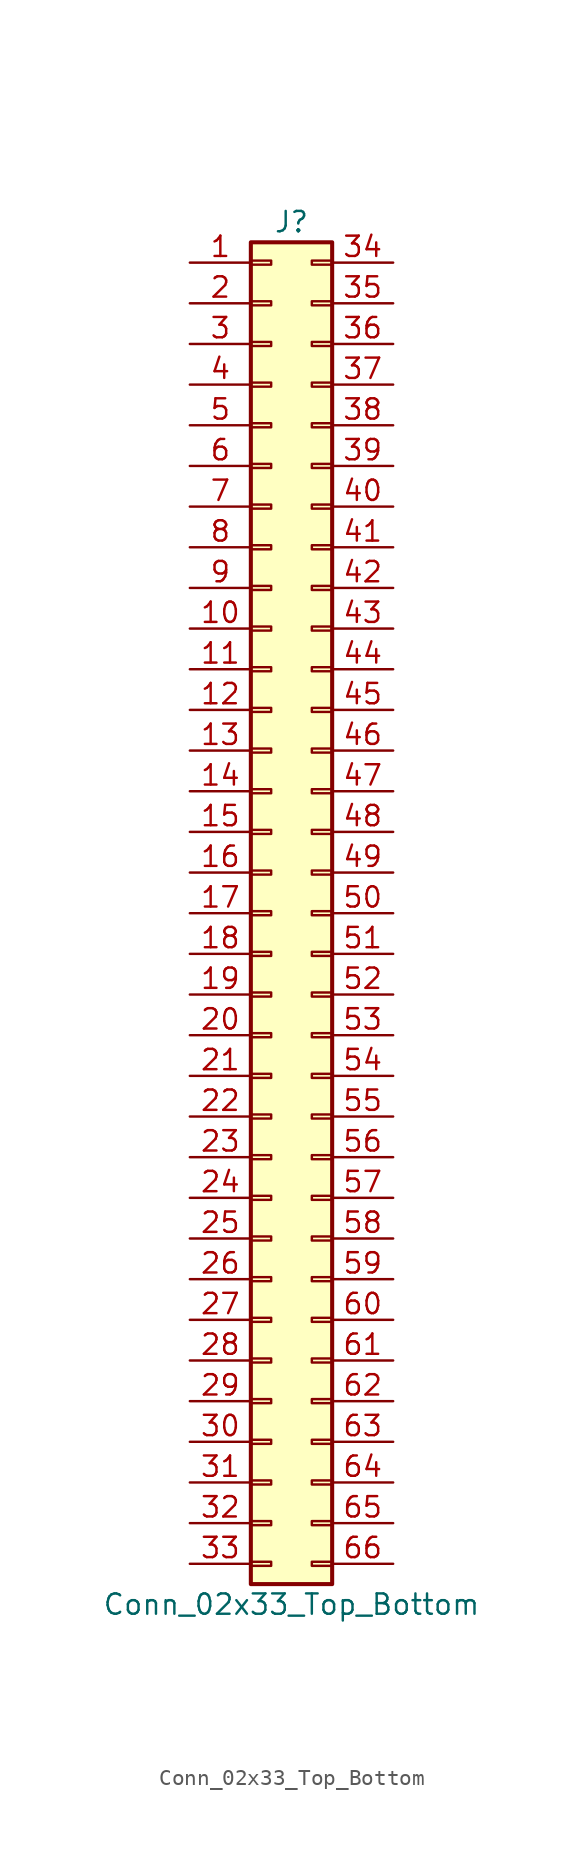
<source format=kicad_sym>
(kicad_symbol_lib
  (version 20201005)
  (generator kicad_symbol_editor)
  (symbol "Conn_02x33_Top_Bottom"
    (pin_names
      (offset 1.016) hide)
    (property "Reference" "J"
      (at 1.27 43.18 0)
      (effects (font (size 1.27 1.27))))
    (property "Value" "Conn_02x33_Top_Bottom"
      (at 1.27 -43.18 0)
      (effects (font (size 1.27 1.27))))
    (symbol "Conn_02x33_Top_Bottom_1_1"
      (rectangle (start -1.27 -40.513) (end 0 -40.767) (stroke (width 0.152)) (fill (type none)))
      (rectangle (start -1.27 -37.973) (end 0 -38.227) (stroke (width 0.152)) (fill (type none)))
      (rectangle (start -1.27 -35.433) (end 0 -35.687) (stroke (width 0.152)) (fill (type none)))
      (rectangle (start -1.27 -32.893) (end 0 -33.147) (stroke (width 0.152)) (fill (type none)))
      (rectangle (start -1.27 -30.353) (end 0 -30.607) (stroke (width 0.152)) (fill (type none)))
      (rectangle (start -1.27 -27.813) (end 0 -28.067) (stroke (width 0.152)) (fill (type none)))
      (rectangle (start -1.27 -25.273) (end 0 -25.527) (stroke (width 0.152)) (fill (type none)))
      (rectangle (start -1.27 -22.733) (end 0 -22.987) (stroke (width 0.152)) (fill (type none)))
      (rectangle (start -1.27 -20.193) (end 0 -20.447) (stroke (width 0.152)) (fill (type none)))
      (rectangle (start -1.27 -17.653) (end 0 -17.907) (stroke (width 0.152)) (fill (type none)))
      (rectangle (start -1.27 -15.113) (end 0 -15.367) (stroke (width 0.152)) (fill (type none)))
      (rectangle (start -1.27 -12.573) (end 0 -12.827) (stroke (width 0.152)) (fill (type none)))
      (rectangle (start -1.27 -10.033) (end 0 -10.287) (stroke (width 0.152)) (fill (type none)))
      (rectangle (start -1.27 -7.493) (end 0 -7.747) (stroke (width 0.152)) (fill (type none)))
      (rectangle (start -1.27 -4.953) (end 0 -5.207) (stroke (width 0.152)) (fill (type none)))
      (rectangle (start -1.27 -2.413) (end 0 -2.667) (stroke (width 0.152)) (fill (type none)))
      (rectangle (start -1.27 0.127) (end 0 -0.127) (stroke (width 0.152)) (fill (type none)))
      (rectangle (start -1.27 2.667) (end 0 2.413) (stroke (width 0.152)) (fill (type none)))
      (rectangle (start -1.27 5.207) (end 0 4.953) (stroke (width 0.152)) (fill (type none)))
      (rectangle (start -1.27 7.747) (end 0 7.493) (stroke (width 0.152)) (fill (type none)))
      (rectangle (start -1.27 10.287) (end 0 10.033) (stroke (width 0.152)) (fill (type none)))
      (rectangle (start -1.27 12.827) (end 0 12.573) (stroke (width 0.152)) (fill (type none)))
      (rectangle (start -1.27 15.367) (end 0 15.113) (stroke (width 0.152)) (fill (type none)))
      (rectangle (start -1.27 17.907) (end 0 17.653) (stroke (width 0.152)) (fill (type none)))
      (rectangle (start -1.27 20.447) (end 0 20.193) (stroke (width 0.152)) (fill (type none)))
      (rectangle (start -1.27 22.987) (end 0 22.733) (stroke (width 0.152)) (fill (type none)))
      (rectangle (start -1.27 25.527) (end 0 25.273) (stroke (width 0.152)) (fill (type none)))
      (rectangle (start -1.27 28.067) (end 0 27.813) (stroke (width 0.152)) (fill (type none)))
      (rectangle (start -1.27 30.607) (end 0 30.353) (stroke (width 0.152)) (fill (type none)))
      (rectangle (start -1.27 33.147) (end 0 32.893) (stroke (width 0.152)) (fill (type none)))
      (rectangle (start -1.27 35.687) (end 0 35.433) (stroke (width 0.152)) (fill (type none)))
      (rectangle (start -1.27 38.227) (end 0 37.973) (stroke (width 0.152)) (fill (type none)))
      (rectangle (start -1.27 40.767) (end 0 40.513) (stroke (width 0.152)) (fill (type none)))
      (rectangle (start -1.27 41.91) (end 3.81 -41.91) (stroke (width 0.254)) (fill (type background)))
      (rectangle (start 3.81 -40.513) (end 2.54 -40.767) (stroke (width 0.152)) (fill (type none)))
      (rectangle (start 3.81 -37.973) (end 2.54 -38.227) (stroke (width 0.152)) (fill (type none)))
      (rectangle (start 3.81 -35.433) (end 2.54 -35.687) (stroke (width 0.152)) (fill (type none)))
      (rectangle (start 3.81 -32.893) (end 2.54 -33.147) (stroke (width 0.152)) (fill (type none)))
      (rectangle (start 3.81 -30.353) (end 2.54 -30.607) (stroke (width 0.152)) (fill (type none)))
      (rectangle (start 3.81 -27.813) (end 2.54 -28.067) (stroke (width 0.152)) (fill (type none)))
      (rectangle (start 3.81 -25.273) (end 2.54 -25.527) (stroke (width 0.152)) (fill (type none)))
      (rectangle (start 3.81 -22.733) (end 2.54 -22.987) (stroke (width 0.152)) (fill (type none)))
      (rectangle (start 3.81 -20.193) (end 2.54 -20.447) (stroke (width 0.152)) (fill (type none)))
      (rectangle (start 3.81 -17.653) (end 2.54 -17.907) (stroke (width 0.152)) (fill (type none)))
      (rectangle (start 3.81 -15.113) (end 2.54 -15.367) (stroke (width 0.152)) (fill (type none)))
      (rectangle (start 3.81 -12.573) (end 2.54 -12.827) (stroke (width 0.152)) (fill (type none)))
      (rectangle (start 3.81 -10.033) (end 2.54 -10.287) (stroke (width 0.152)) (fill (type none)))
      (rectangle (start 3.81 -7.493) (end 2.54 -7.747) (stroke (width 0.152)) (fill (type none)))
      (rectangle (start 3.81 -4.953) (end 2.54 -5.207) (stroke (width 0.152)) (fill (type none)))
      (rectangle (start 3.81 -2.413) (end 2.54 -2.667) (stroke (width 0.152)) (fill (type none)))
      (rectangle (start 3.81 0.127) (end 2.54 -0.127) (stroke (width 0.152)) (fill (type none)))
      (rectangle (start 3.81 2.667) (end 2.54 2.413) (stroke (width 0.152)) (fill (type none)))
      (rectangle (start 3.81 5.207) (end 2.54 4.953) (stroke (width 0.152)) (fill (type none)))
      (rectangle (start 3.81 7.747) (end 2.54 7.493) (stroke (width 0.152)) (fill (type none)))
      (rectangle (start 3.81 10.287) (end 2.54 10.033) (stroke (width 0.152)) (fill (type none)))
      (rectangle (start 3.81 12.827) (end 2.54 12.573) (stroke (width 0.152)) (fill (type none)))
      (rectangle (start 3.81 15.367) (end 2.54 15.113) (stroke (width 0.152)) (fill (type none)))
      (rectangle (start 3.81 17.907) (end 2.54 17.653) (stroke (width 0.152)) (fill (type none)))
      (rectangle (start 3.81 20.447) (end 2.54 20.193) (stroke (width 0.152)) (fill (type none)))
      (rectangle (start 3.81 22.987) (end 2.54 22.733) (stroke (width 0.152)) (fill (type none)))
      (rectangle (start 3.81 25.527) (end 2.54 25.273) (stroke (width 0.152)) (fill (type none)))
      (rectangle (start 3.81 28.067) (end 2.54 27.813) (stroke (width 0.152)) (fill (type none)))
      (rectangle (start 3.81 30.607) (end 2.54 30.353) (stroke (width 0.152)) (fill (type none)))
      (rectangle (start 3.81 33.147) (end 2.54 32.893) (stroke (width 0.152)) (fill (type none)))
      (rectangle (start 3.81 35.687) (end 2.54 35.433) (stroke (width 0.152)) (fill (type none)))
      (rectangle (start 3.81 38.227) (end 2.54 37.973) (stroke (width 0.152)) (fill (type none)))
      (rectangle (start 3.81 40.767) (end 2.54 40.513) (stroke (width 0.152)) (fill (type none)))
      (pin passive line (at -5.08 40.64 0) (length 3.81) (name "Pin_1" (effects (font (size 1.27 1.27)))) (number "1" (effects (font (size 1.27 1.27)))))
      (pin passive line (at -5.08 17.78 0) (length 3.81) (name "Pin_10" (effects (font (size 1.27 1.27)))) (number "10" (effects (font (size 1.27 1.27)))))
      (pin passive line (at -5.08 15.24 0) (length 3.81) (name "Pin_11" (effects (font (size 1.27 1.27)))) (number "11" (effects (font (size 1.27 1.27)))))
      (pin passive line (at -5.08 12.7 0) (length 3.81) (name "Pin_12" (effects (font (size 1.27 1.27)))) (number "12" (effects (font (size 1.27 1.27)))))
      (pin passive line (at -5.08 10.16 0) (length 3.81) (name "Pin_13" (effects (font (size 1.27 1.27)))) (number "13" (effects (font (size 1.27 1.27)))))
      (pin passive line (at -5.08 7.62 0) (length 3.81) (name "Pin_14" (effects (font (size 1.27 1.27)))) (number "14" (effects (font (size 1.27 1.27)))))
      (pin passive line (at -5.08 5.08 0) (length 3.81) (name "Pin_15" (effects (font (size 1.27 1.27)))) (number "15" (effects (font (size 1.27 1.27)))))
      (pin passive line (at -5.08 2.54 0) (length 3.81) (name "Pin_16" (effects (font (size 1.27 1.27)))) (number "16" (effects (font (size 1.27 1.27)))))
      (pin passive line (at -5.08 0 0) (length 3.81) (name "Pin_17" (effects (font (size 1.27 1.27)))) (number "17" (effects (font (size 1.27 1.27)))))
      (pin passive line (at -5.08 -2.54 0) (length 3.81) (name "Pin_18" (effects (font (size 1.27 1.27)))) (number "18" (effects (font (size 1.27 1.27)))))
      (pin passive line (at -5.08 -5.08 0) (length 3.81) (name "Pin_19" (effects (font (size 1.27 1.27)))) (number "19" (effects (font (size 1.27 1.27)))))
      (pin passive line (at -5.08 38.1 0) (length 3.81) (name "Pin_2" (effects (font (size 1.27 1.27)))) (number "2" (effects (font (size 1.27 1.27)))))
      (pin passive line (at -5.08 -7.62 0) (length 3.81) (name "Pin_20" (effects (font (size 1.27 1.27)))) (number "20" (effects (font (size 1.27 1.27)))))
      (pin passive line (at -5.08 -10.16 0) (length 3.81) (name "Pin_21" (effects (font (size 1.27 1.27)))) (number "21" (effects (font (size 1.27 1.27)))))
      (pin passive line (at -5.08 -12.7 0) (length 3.81) (name "Pin_22" (effects (font (size 1.27 1.27)))) (number "22" (effects (font (size 1.27 1.27)))))
      (pin passive line (at -5.08 -15.24 0) (length 3.81) (name "Pin_23" (effects (font (size 1.27 1.27)))) (number "23" (effects (font (size 1.27 1.27)))))
      (pin passive line (at -5.08 -17.78 0) (length 3.81) (name "Pin_24" (effects (font (size 1.27 1.27)))) (number "24" (effects (font (size 1.27 1.27)))))
      (pin passive line (at -5.08 -20.32 0) (length 3.81) (name "Pin_25" (effects (font (size 1.27 1.27)))) (number "25" (effects (font (size 1.27 1.27)))))
      (pin passive line (at -5.08 -22.86 0) (length 3.81) (name "Pin_26" (effects (font (size 1.27 1.27)))) (number "26" (effects (font (size 1.27 1.27)))))
      (pin passive line (at -5.08 -25.4 0) (length 3.81) (name "Pin_27" (effects (font (size 1.27 1.27)))) (number "27" (effects (font (size 1.27 1.27)))))
      (pin passive line (at -5.08 -27.94 0) (length 3.81) (name "Pin_28" (effects (font (size 1.27 1.27)))) (number "28" (effects (font (size 1.27 1.27)))))
      (pin passive line (at -5.08 -30.48 0) (length 3.81) (name "Pin_29" (effects (font (size 1.27 1.27)))) (number "29" (effects (font (size 1.27 1.27)))))
      (pin passive line (at -5.08 35.56 0) (length 3.81) (name "Pin_3" (effects (font (size 1.27 1.27)))) (number "3" (effects (font (size 1.27 1.27)))))
      (pin passive line (at -5.08 -33.02 0) (length 3.81) (name "Pin_30" (effects (font (size 1.27 1.27)))) (number "30" (effects (font (size 1.27 1.27)))))
      (pin passive line (at -5.08 -35.56 0) (length 3.81) (name "Pin_31" (effects (font (size 1.27 1.27)))) (number "31" (effects (font (size 1.27 1.27)))))
      (pin passive line (at -5.08 -38.1 0) (length 3.81) (name "Pin_32" (effects (font (size 1.27 1.27)))) (number "32" (effects (font (size 1.27 1.27)))))
      (pin passive line (at -5.08 -40.64 0) (length 3.81) (name "Pin_33" (effects (font (size 1.27 1.27)))) (number "33" (effects (font (size 1.27 1.27)))))
      (pin passive line (at 7.62 40.64 180) (length 3.81) (name "Pin_34" (effects (font (size 1.27 1.27)))) (number "34" (effects (font (size 1.27 1.27)))))
      (pin passive line (at 7.62 38.1 180) (length 3.81) (name "Pin_35" (effects (font (size 1.27 1.27)))) (number "35" (effects (font (size 1.27 1.27)))))
      (pin passive line (at 7.62 35.56 180) (length 3.81) (name "Pin_36" (effects (font (size 1.27 1.27)))) (number "36" (effects (font (size 1.27 1.27)))))
      (pin passive line (at 7.62 33.02 180) (length 3.81) (name "Pin_37" (effects (font (size 1.27 1.27)))) (number "37" (effects (font (size 1.27 1.27)))))
      (pin passive line (at 7.62 30.48 180) (length 3.81) (name "Pin_38" (effects (font (size 1.27 1.27)))) (number "38" (effects (font (size 1.27 1.27)))))
      (pin passive line (at 7.62 27.94 180) (length 3.81) (name "Pin_39" (effects (font (size 1.27 1.27)))) (number "39" (effects (font (size 1.27 1.27)))))
      (pin passive line (at -5.08 33.02 0) (length 3.81) (name "Pin_4" (effects (font (size 1.27 1.27)))) (number "4" (effects (font (size 1.27 1.27)))))
      (pin passive line (at 7.62 25.4 180) (length 3.81) (name "Pin_40" (effects (font (size 1.27 1.27)))) (number "40" (effects (font (size 1.27 1.27)))))
      (pin passive line (at 7.62 22.86 180) (length 3.81) (name "Pin_41" (effects (font (size 1.27 1.27)))) (number "41" (effects (font (size 1.27 1.27)))))
      (pin passive line (at 7.62 20.32 180) (length 3.81) (name "Pin_42" (effects (font (size 1.27 1.27)))) (number "42" (effects (font (size 1.27 1.27)))))
      (pin passive line (at 7.62 17.78 180) (length 3.81) (name "Pin_43" (effects (font (size 1.27 1.27)))) (number "43" (effects (font (size 1.27 1.27)))))
      (pin passive line (at 7.62 15.24 180) (length 3.81) (name "Pin_44" (effects (font (size 1.27 1.27)))) (number "44" (effects (font (size 1.27 1.27)))))
      (pin passive line (at 7.62 12.7 180) (length 3.81) (name "Pin_45" (effects (font (size 1.27 1.27)))) (number "45" (effects (font (size 1.27 1.27)))))
      (pin passive line (at 7.62 10.16 180) (length 3.81) (name "Pin_46" (effects (font (size 1.27 1.27)))) (number "46" (effects (font (size 1.27 1.27)))))
      (pin passive line (at 7.62 7.62 180) (length 3.81) (name "Pin_47" (effects (font (size 1.27 1.27)))) (number "47" (effects (font (size 1.27 1.27)))))
      (pin passive line (at 7.62 5.08 180) (length 3.81) (name "Pin_48" (effects (font (size 1.27 1.27)))) (number "48" (effects (font (size 1.27 1.27)))))
      (pin passive line (at 7.62 2.54 180) (length 3.81) (name "Pin_49" (effects (font (size 1.27 1.27)))) (number "49" (effects (font (size 1.27 1.27)))))
      (pin passive line (at -5.08 30.48 0) (length 3.81) (name "Pin_5" (effects (font (size 1.27 1.27)))) (number "5" (effects (font (size 1.27 1.27)))))
      (pin passive line (at 7.62 0 180) (length 3.81) (name "Pin_50" (effects (font (size 1.27 1.27)))) (number "50" (effects (font (size 1.27 1.27)))))
      (pin passive line (at 7.62 -2.54 180) (length 3.81) (name "Pin_51" (effects (font (size 1.27 1.27)))) (number "51" (effects (font (size 1.27 1.27)))))
      (pin passive line (at 7.62 -5.08 180) (length 3.81) (name "Pin_52" (effects (font (size 1.27 1.27)))) (number "52" (effects (font (size 1.27 1.27)))))
      (pin passive line (at 7.62 -7.62 180) (length 3.81) (name "Pin_53" (effects (font (size 1.27 1.27)))) (number "53" (effects (font (size 1.27 1.27)))))
      (pin passive line (at 7.62 -10.16 180) (length 3.81) (name "Pin_54" (effects (font (size 1.27 1.27)))) (number "54" (effects (font (size 1.27 1.27)))))
      (pin passive line (at 7.62 -12.7 180) (length 3.81) (name "Pin_55" (effects (font (size 1.27 1.27)))) (number "55" (effects (font (size 1.27 1.27)))))
      (pin passive line (at 7.62 -15.24 180) (length 3.81) (name "Pin_56" (effects (font (size 1.27 1.27)))) (number "56" (effects (font (size 1.27 1.27)))))
      (pin passive line (at 7.62 -17.78 180) (length 3.81) (name "Pin_57" (effects (font (size 1.27 1.27)))) (number "57" (effects (font (size 1.27 1.27)))))
      (pin passive line (at 7.62 -20.32 180) (length 3.81) (name "Pin_58" (effects (font (size 1.27 1.27)))) (number "58" (effects (font (size 1.27 1.27)))))
      (pin passive line (at 7.62 -22.86 180) (length 3.81) (name "Pin_59" (effects (font (size 1.27 1.27)))) (number "59" (effects (font (size 1.27 1.27)))))
      (pin passive line (at -5.08 27.94 0) (length 3.81) (name "Pin_6" (effects (font (size 1.27 1.27)))) (number "6" (effects (font (size 1.27 1.27)))))
      (pin passive line (at 7.62 -25.4 180) (length 3.81) (name "Pin_60" (effects (font (size 1.27 1.27)))) (number "60" (effects (font (size 1.27 1.27)))))
      (pin passive line (at 7.62 -27.94 180) (length 3.81) (name "Pin_61" (effects (font (size 1.27 1.27)))) (number "61" (effects (font (size 1.27 1.27)))))
      (pin passive line (at 7.62 -30.48 180) (length 3.81) (name "Pin_62" (effects (font (size 1.27 1.27)))) (number "62" (effects (font (size 1.27 1.27)))))
      (pin passive line (at 7.62 -33.02 180) (length 3.81) (name "Pin_63" (effects (font (size 1.27 1.27)))) (number "63" (effects (font (size 1.27 1.27)))))
      (pin passive line (at 7.62 -35.56 180) (length 3.81) (name "Pin_64" (effects (font (size 1.27 1.27)))) (number "64" (effects (font (size 1.27 1.27)))))
      (pin passive line (at 7.62 -38.1 180) (length 3.81) (name "Pin_65" (effects (font (size 1.27 1.27)))) (number "65" (effects (font (size 1.27 1.27)))))
      (pin passive line (at 7.62 -40.64 180) (length 3.81) (name "Pin_66" (effects (font (size 1.27 1.27)))) (number "66" (effects (font (size 1.27 1.27)))))
      (pin passive line (at -5.08 25.4 0) (length 3.81) (name "Pin_7" (effects (font (size 1.27 1.27)))) (number "7" (effects (font (size 1.27 1.27)))))
      (pin passive line (at -5.08 22.86 0) (length 3.81) (name "Pin_8" (effects (font (size 1.27 1.27)))) (number "8" (effects (font (size 1.27 1.27)))))
      (pin passive line (at -5.08 20.32 0) (length 3.81) (name "Pin_9" (effects (font (size 1.27 1.27)))) (number "9" (effects (font (size 1.27 1.27))))))))
</source>
